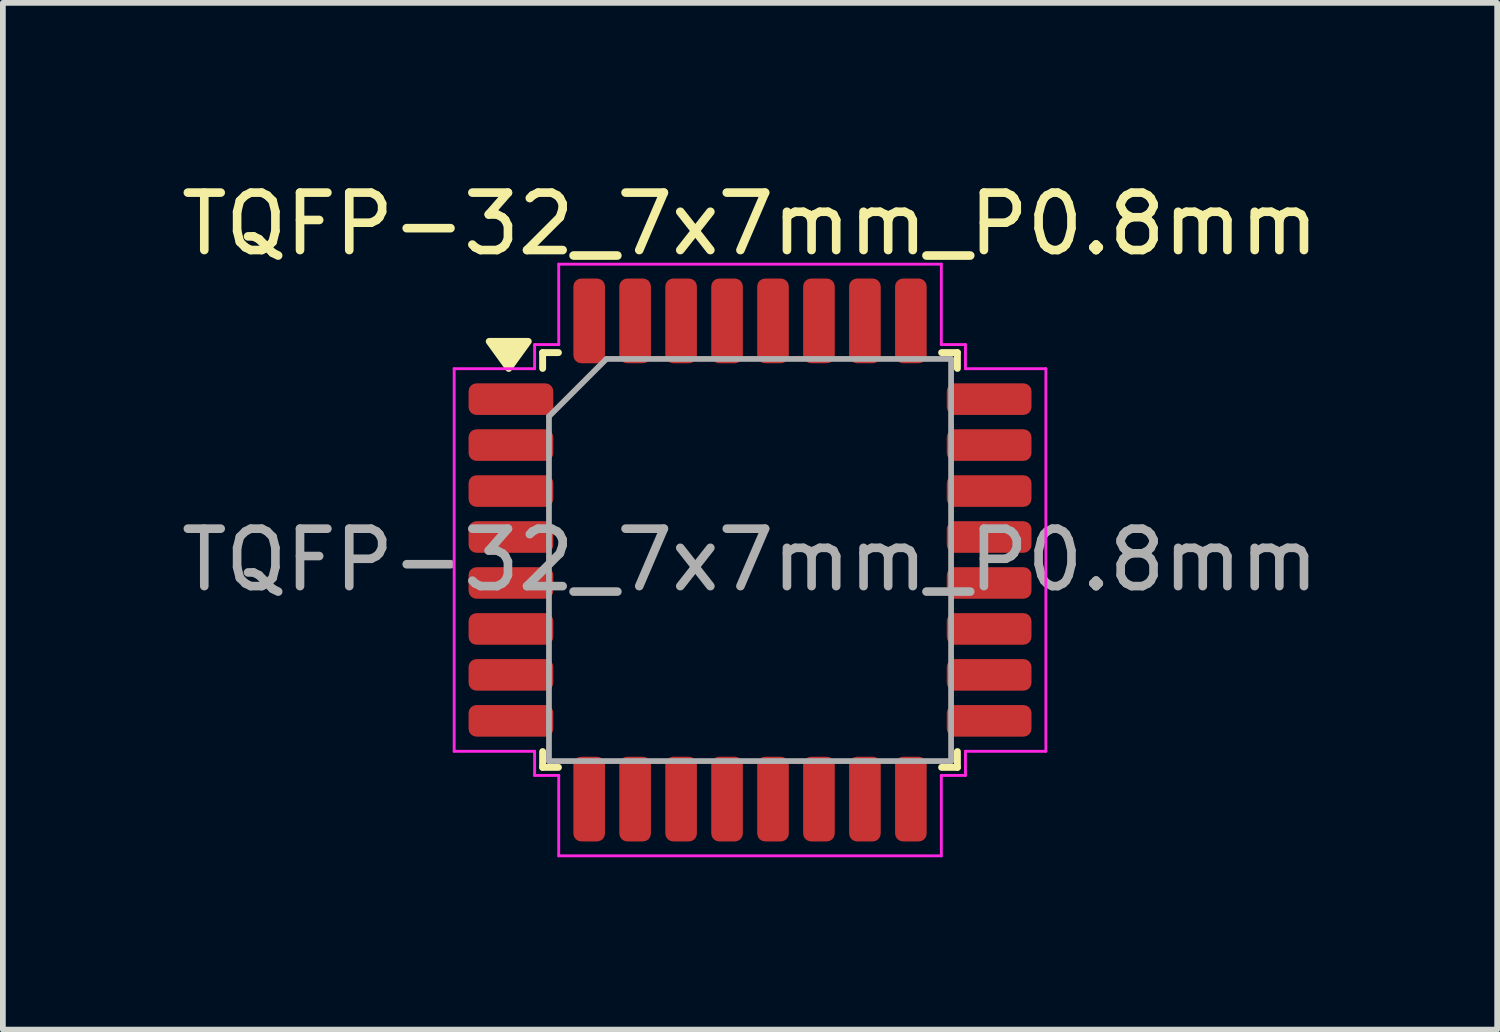
<source format=kicad_pcb>
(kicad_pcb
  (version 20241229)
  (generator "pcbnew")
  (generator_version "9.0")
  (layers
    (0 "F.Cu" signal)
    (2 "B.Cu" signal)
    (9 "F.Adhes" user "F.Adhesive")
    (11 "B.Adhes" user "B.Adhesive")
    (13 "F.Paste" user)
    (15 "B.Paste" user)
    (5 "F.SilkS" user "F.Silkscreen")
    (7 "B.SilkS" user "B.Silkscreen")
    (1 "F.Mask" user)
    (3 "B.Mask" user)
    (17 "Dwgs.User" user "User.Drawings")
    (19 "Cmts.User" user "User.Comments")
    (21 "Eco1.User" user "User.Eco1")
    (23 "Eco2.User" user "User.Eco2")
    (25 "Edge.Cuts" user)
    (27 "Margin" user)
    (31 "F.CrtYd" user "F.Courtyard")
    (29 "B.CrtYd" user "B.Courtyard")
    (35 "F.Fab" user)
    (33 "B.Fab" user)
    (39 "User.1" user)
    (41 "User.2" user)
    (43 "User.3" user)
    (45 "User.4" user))
  (footprint "TQFP-32_7x7mm_P0.8mm"
    (layer "F.Cu")
    (at 10.006 6.698)
    (property "Reference" "TQFP-32_7x7mm_P0.8mm" (at 0 -5.85 0) (layer "F.SilkS") (effects (font (size 1 1) (thickness 0.15))))
    (attr smd)
    (fp_line (start -3.61 -3.61) (end -3.61 -3.335) (stroke (width 0.12) (type solid)) (layer "F.SilkS"))
    (fp_line (start -3.61 3.61) (end -3.61 3.335) (stroke (width 0.12) (type solid)) (layer "F.SilkS"))
    (fp_line (start -3.335 -3.61) (end -3.61 -3.61) (stroke (width 0.12) (type solid)) (layer "F.SilkS"))
    (fp_line (start -3.335 3.61) (end -3.61 3.61) (stroke (width 0.12) (type solid)) (layer "F.SilkS"))
    (fp_line (start 3.335 -3.61) (end 3.61 -3.61) (stroke (width 0.12) (type solid)) (layer "F.SilkS"))
    (fp_line (start 3.335 3.61) (end 3.61 3.61) (stroke (width 0.12) (type solid)) (layer "F.SilkS"))
    (fp_line (start 3.61 -3.61) (end 3.61 -3.335) (stroke (width 0.12) (type solid)) (layer "F.SilkS"))
    (fp_line (start 3.61 3.61) (end 3.61 3.335) (stroke (width 0.12) (type solid)) (layer "F.SilkS"))
    (fp_poly (pts (xy -4.2 -3.335) (xy -4.54 -3.805) (xy -3.86 -3.805)) (stroke (width 0.12) (type solid)) (fill yes) (layer "F.SilkS"))
    (fp_line (start -5.15 -3.33) (end -3.75 -3.33) (stroke (width 0.05) (type solid)) (layer "F.CrtYd"))
    (fp_line (start -5.15 3.33) (end -5.15 -3.33) (stroke (width 0.05) (type solid)) (layer "F.CrtYd"))
    (fp_line (start -3.75 -3.75) (end -3.33 -3.75) (stroke (width 0.05) (type solid)) (layer "F.CrtYd"))
    (fp_line (start -3.75 -3.33) (end -3.75 -3.75) (stroke (width 0.05) (type solid)) (layer "F.CrtYd"))
    (fp_line (start -3.75 3.33) (end -5.15 3.33) (stroke (width 0.05) (type solid)) (layer "F.CrtYd"))
    (fp_line (start -3.75 3.75) (end -3.75 3.33) (stroke (width 0.05) (type solid)) (layer "F.CrtYd"))
    (fp_line (start -3.33 -5.15) (end 3.33 -5.15) (stroke (width 0.05) (type solid)) (layer "F.CrtYd"))
    (fp_line (start -3.33 -3.75) (end -3.33 -5.15) (stroke (width 0.05) (type solid)) (layer "F.CrtYd"))
    (fp_line (start -3.33 3.75) (end -3.75 3.75) (stroke (width 0.05) (type solid)) (layer "F.CrtYd"))
    (fp_line (start -3.33 5.15) (end -3.33 3.75) (stroke (width 0.05) (type solid)) (layer "F.CrtYd"))
    (fp_line (start 3.33 -5.15) (end 3.33 -3.75) (stroke (width 0.05) (type solid)) (layer "F.CrtYd"))
    (fp_line (start 3.33 -3.75) (end 3.75 -3.75) (stroke (width 0.05) (type solid)) (layer "F.CrtYd"))
    (fp_line (start 3.33 3.75) (end 3.33 5.15) (stroke (width 0.05) (type solid)) (layer "F.CrtYd"))
    (fp_line (start 3.33 5.15) (end -3.33 5.15) (stroke (width 0.05) (type solid)) (layer "F.CrtYd"))
    (fp_line (start 3.75 -3.75) (end 3.75 -3.33) (stroke (width 0.05) (type solid)) (layer "F.CrtYd"))
    (fp_line (start 3.75 -3.33) (end 5.15 -3.33) (stroke (width 0.05) (type solid)) (layer "F.CrtYd"))
    (fp_line (start 3.75 3.33) (end 3.75 3.75) (stroke (width 0.05) (type solid)) (layer "F.CrtYd"))
    (fp_line (start 3.75 3.75) (end 3.33 3.75) (stroke (width 0.05) (type solid)) (layer "F.CrtYd"))
    (fp_line (start 5.15 -3.33) (end 5.15 3.33) (stroke (width 0.05) (type solid)) (layer "F.CrtYd"))
    (fp_line (start 5.15 3.33) (end 3.75 3.33) (stroke (width 0.05) (type solid)) (layer "F.CrtYd"))
    (fp_line (start -3.5 -2.5) (end -2.5 -3.5) (stroke (width 0.1) (type solid)) (layer "F.Fab"))
    (fp_line (start -3.5 3.5) (end -3.5 -2.5) (stroke (width 0.1) (type solid)) (layer "F.Fab"))
    (fp_line (start -2.5 -3.5) (end 3.5 -3.5) (stroke (width 0.1) (type solid)) (layer "F.Fab"))
    (fp_line (start 3.5 -3.5) (end 3.5 3.5) (stroke (width 0.1) (type solid)) (layer "F.Fab"))
    (fp_line (start 3.5 3.5) (end -3.5 3.5) (stroke (width 0.1) (type solid)) (layer "F.Fab"))
    (fp_text user "${REFERENCE}" (at 0 0 0) (layer "F.Fab") (effects (font (size 1 1) (thickness 0.15))))
    (pad "1" smd roundrect (at -4.162 -2.8) (size 1.475 0.55) (layers "F.Cu" "F.Mask" "F.Paste") (roundrect_rratio 0.25))
    (pad "2" smd roundrect (at -4.162 -2) (size 1.475 0.55) (layers "F.Cu" "F.Mask" "F.Paste") (roundrect_rratio 0.25))
    (pad "3" smd roundrect (at -4.162 -1.2) (size 1.475 0.55) (layers "F.Cu" "F.Mask" "F.Paste") (roundrect_rratio 0.25))
    (pad "4" smd roundrect (at -4.162 -0.4) (size 1.475 0.55) (layers "F.Cu" "F.Mask" "F.Paste") (roundrect_rratio 0.25))
    (pad "5" smd roundrect (at -4.162 0.4) (size 1.475 0.55) (layers "F.Cu" "F.Mask" "F.Paste") (roundrect_rratio 0.25))
    (pad "6" smd roundrect (at -4.162 1.2) (size 1.475 0.55) (layers "F.Cu" "F.Mask" "F.Paste") (roundrect_rratio 0.25))
    (pad "7" smd roundrect (at -4.162 2) (size 1.475 0.55) (layers "F.Cu" "F.Mask" "F.Paste") (roundrect_rratio 0.25))
    (pad "8" smd roundrect (at -4.162 2.8) (size 1.475 0.55) (layers "F.Cu" "F.Mask" "F.Paste") (roundrect_rratio 0.25))
    (pad "9" smd roundrect (at -2.8 4.162) (size 0.55 1.475) (layers "F.Cu" "F.Mask" "F.Paste") (roundrect_rratio 0.25))
    (pad "10" smd roundrect (at -2 4.162) (size 0.55 1.475) (layers "F.Cu" "F.Mask" "F.Paste") (roundrect_rratio 0.25))
    (pad "11" smd roundrect (at -1.2 4.162) (size 0.55 1.475) (layers "F.Cu" "F.Mask" "F.Paste") (roundrect_rratio 0.25))
    (pad "12" smd roundrect (at -0.4 4.162) (size 0.55 1.475) (layers "F.Cu" "F.Mask" "F.Paste") (roundrect_rratio 0.25))
    (pad "13" smd roundrect (at 0.4 4.162) (size 0.55 1.475) (layers "F.Cu" "F.Mask" "F.Paste") (roundrect_rratio 0.25))
    (pad "14" smd roundrect (at 1.2 4.162) (size 0.55 1.475) (layers "F.Cu" "F.Mask" "F.Paste") (roundrect_rratio 0.25))
    (pad "15" smd roundrect (at 2 4.162) (size 0.55 1.475) (layers "F.Cu" "F.Mask" "F.Paste") (roundrect_rratio 0.25))
    (pad "16" smd roundrect (at 2.8 4.162) (size 0.55 1.475) (layers "F.Cu" "F.Mask" "F.Paste") (roundrect_rratio 0.25))
    (pad "17" smd roundrect (at 4.162 2.8) (size 1.475 0.55) (layers "F.Cu" "F.Mask" "F.Paste") (roundrect_rratio 0.25))
    (pad "18" smd roundrect (at 4.162 2) (size 1.475 0.55) (layers "F.Cu" "F.Mask" "F.Paste") (roundrect_rratio 0.25))
    (pad "19" smd roundrect (at 4.162 1.2) (size 1.475 0.55) (layers "F.Cu" "F.Mask" "F.Paste") (roundrect_rratio 0.25))
    (pad "20" smd roundrect (at 4.162 0.4) (size 1.475 0.55) (layers "F.Cu" "F.Mask" "F.Paste") (roundrect_rratio 0.25))
    (pad "21" smd roundrect (at 4.162 -0.4) (size 1.475 0.55) (layers "F.Cu" "F.Mask" "F.Paste") (roundrect_rratio 0.25))
    (pad "22" smd roundrect (at 4.162 -1.2) (size 1.475 0.55) (layers "F.Cu" "F.Mask" "F.Paste") (roundrect_rratio 0.25))
    (pad "23" smd roundrect (at 4.162 -2) (size 1.475 0.55) (layers "F.Cu" "F.Mask" "F.Paste") (roundrect_rratio 0.25))
    (pad "24" smd roundrect (at 4.162 -2.8) (size 1.475 0.55) (layers "F.Cu" "F.Mask" "F.Paste") (roundrect_rratio 0.25))
    (pad "25" smd roundrect (at 2.8 -4.162) (size 0.55 1.475) (layers "F.Cu" "F.Mask" "F.Paste") (roundrect_rratio 0.25))
    (pad "26" smd roundrect (at 2 -4.162) (size 0.55 1.475) (layers "F.Cu" "F.Mask" "F.Paste") (roundrect_rratio 0.25))
    (pad "27" smd roundrect (at 1.2 -4.162) (size 0.55 1.475) (layers "F.Cu" "F.Mask" "F.Paste") (roundrect_rratio 0.25))
    (pad "28" smd roundrect (at 0.4 -4.162) (size 0.55 1.475) (layers "F.Cu" "F.Mask" "F.Paste") (roundrect_rratio 0.25))
    (pad "29" smd roundrect (at -0.4 -4.162) (size 0.55 1.475) (layers "F.Cu" "F.Mask" "F.Paste") (roundrect_rratio 0.25))
    (pad "30" smd roundrect (at -1.2 -4.162) (size 0.55 1.475) (layers "F.Cu" "F.Mask" "F.Paste") (roundrect_rratio 0.25))
    (pad "31" smd roundrect (at -2 -4.162) (size 0.55 1.475) (layers "F.Cu" "F.Mask" "F.Paste") (roundrect_rratio 0.25))
    (pad "32" smd roundrect (at -2.8 -4.162) (size 0.55 1.475) (layers "F.Cu" "F.Mask" "F.Paste") (roundrect_rratio 0.25)))
  (gr_rect
    (start -3 -3)
    (end 23.012 14.873)
    (stroke (width 0.1) (type default))
    (fill no)
    (layer "Edge.Cuts")))
</source>
